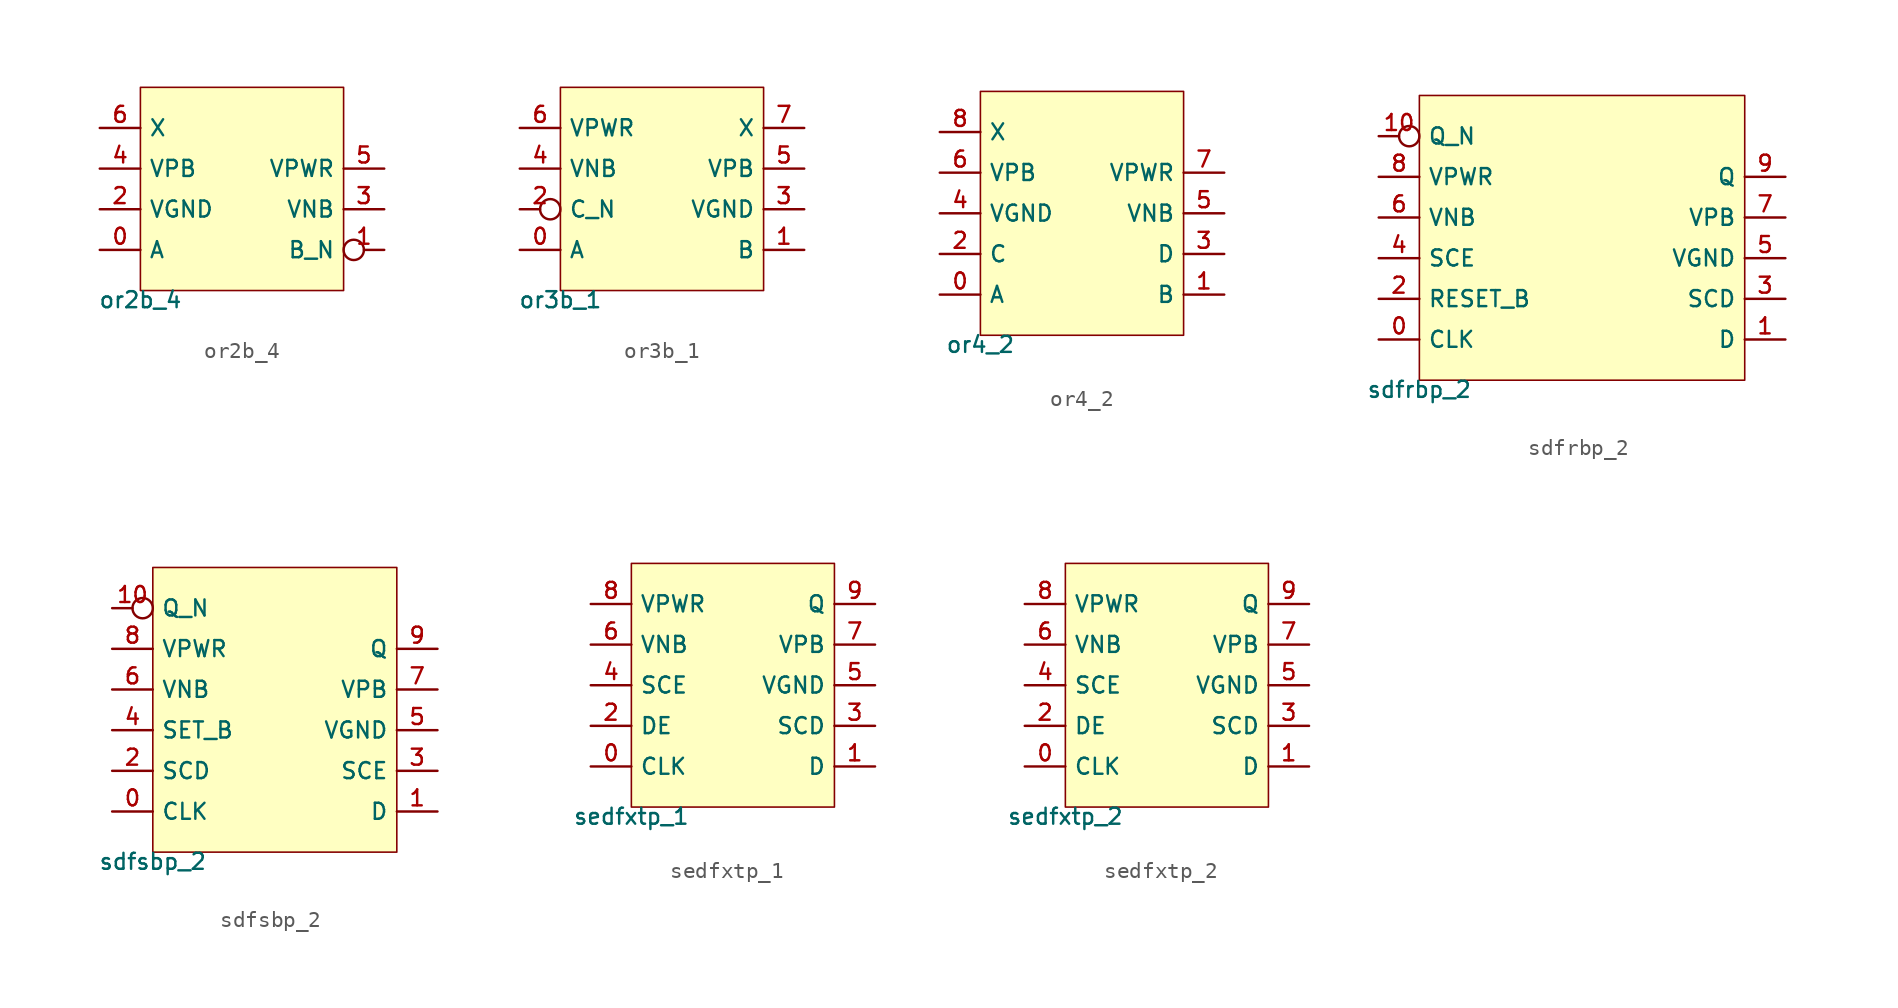
<source format=kicad_sym>
(kicad_symbol_lib
  (version 20211014)
  (generator pdk2kicad)
  (symbol "or2b_4"
    (property "Reference" "X"
      (at 0 0 0)
      (effects (font (size 1 1)) hide))
    (property "Value" "or2b_4"
      (at -6.35 -6.35 0)
      (effects (font (size 1 1)) (justify top)))
    (rectangle
      (start -6.35 -6.35)
      (end 6.35 6.35)
      (stroke (width 0.1) (type solid) (color 0 0 0 0))
      (fill (type background)))
    (pin bidirectional line
      (at -8.89 -3.81 0)
      (length 2.54)
      (name "A" (effects (font (size 1 1)) hide))
      (number "0" (effects (font (size 1 1)) hide)))
    (pin bidirectional inverted
      (at 8.89 -3.81 180)
      (length 2.54)
      (name "B_N" (effects (font (size 1 1)) hide))
      (number "1" (effects (font (size 1 1)) hide)))
    (pin bidirectional line
      (at -8.89 -1.27 0)
      (length 2.54)
      (name "VGND" (effects (font (size 1 1)) hide))
      (number "2" (effects (font (size 1 1)) hide)))
    (pin bidirectional line
      (at 8.89 -1.27 180)
      (length 2.54)
      (name "VNB" (effects (font (size 1 1)) hide))
      (number "3" (effects (font (size 1 1)) hide)))
    (pin bidirectional line
      (at -8.89 1.27 0)
      (length 2.54)
      (name "VPB" (effects (font (size 1 1)) hide))
      (number "4" (effects (font (size 1 1)) hide)))
    (pin bidirectional line
      (at 8.89 1.27 180)
      (length 2.54)
      (name "VPWR" (effects (font (size 1 1)) hide))
      (number "5" (effects (font (size 1 1)) hide)))
    (pin bidirectional line
      (at -8.89 3.81 0)
      (length 2.54)
      (name "X" (effects (font (size 1 1)) hide))
      (number "6" (effects (font (size 1 1)) hide))))
  (symbol "or3b_1"
    (property "Reference" "X"
      (at 0 0 0)
      (effects (font (size 1 1)) hide))
    (property "Value" "or3b_1"
      (at -6.35 -6.35 0)
      (effects (font (size 1 1)) (justify top)))
    (rectangle
      (start -6.35 -6.35)
      (end 6.35 6.35)
      (stroke (width 0.1) (type solid) (color 0 0 0 0))
      (fill (type background)))
    (pin bidirectional line
      (at -8.89 -3.81 0)
      (length 2.54)
      (name "A" (effects (font (size 1 1)) hide))
      (number "0" (effects (font (size 1 1)) hide)))
    (pin bidirectional line
      (at 8.89 -3.81 180)
      (length 2.54)
      (name "B" (effects (font (size 1 1)) hide))
      (number "1" (effects (font (size 1 1)) hide)))
    (pin bidirectional inverted
      (at -8.89 -1.27 0)
      (length 2.54)
      (name "C_N" (effects (font (size 1 1)) hide))
      (number "2" (effects (font (size 1 1)) hide)))
    (pin bidirectional line
      (at 8.89 -1.27 180)
      (length 2.54)
      (name "VGND" (effects (font (size 1 1)) hide))
      (number "3" (effects (font (size 1 1)) hide)))
    (pin bidirectional line
      (at -8.89 1.27 0)
      (length 2.54)
      (name "VNB" (effects (font (size 1 1)) hide))
      (number "4" (effects (font (size 1 1)) hide)))
    (pin bidirectional line
      (at 8.89 1.27 180)
      (length 2.54)
      (name "VPB" (effects (font (size 1 1)) hide))
      (number "5" (effects (font (size 1 1)) hide)))
    (pin bidirectional line
      (at -8.89 3.81 0)
      (length 2.54)
      (name "VPWR" (effects (font (size 1 1)) hide))
      (number "6" (effects (font (size 1 1)) hide)))
    (pin bidirectional line
      (at 8.89 3.81 180)
      (length 2.54)
      (name "X" (effects (font (size 1 1)) hide))
      (number "7" (effects (font (size 1 1)) hide))))
  (symbol "or4_2"
    (property "Reference" "X"
      (at 0 0 0)
      (effects (font (size 1 1)) hide))
    (property "Value" "or4_2"
      (at -6.35 -7.62 0)
      (effects (font (size 1 1)) (justify top)))
    (rectangle
      (start -6.35 -7.62)
      (end 6.35 7.62)
      (stroke (width 0.1) (type solid) (color 0 0 0 0))
      (fill (type background)))
    (pin bidirectional line
      (at -8.89 -5.08 0)
      (length 2.54)
      (name "A" (effects (font (size 1 1)) hide))
      (number "0" (effects (font (size 1 1)) hide)))
    (pin bidirectional line
      (at 8.89 -5.08 180)
      (length 2.54)
      (name "B" (effects (font (size 1 1)) hide))
      (number "1" (effects (font (size 1 1)) hide)))
    (pin bidirectional line
      (at -8.89 -2.54 0)
      (length 2.54)
      (name "C" (effects (font (size 1 1)) hide))
      (number "2" (effects (font (size 1 1)) hide)))
    (pin bidirectional line
      (at 8.89 -2.54 180)
      (length 2.54)
      (name "D" (effects (font (size 1 1)) hide))
      (number "3" (effects (font (size 1 1)) hide)))
    (pin bidirectional line
      (at -8.89 8.881784197001252e-16 0)
      (length 2.54)
      (name "VGND" (effects (font (size 1 1)) hide))
      (number "4" (effects (font (size 1 1)) hide)))
    (pin bidirectional line
      (at 8.89 8.881784197001252e-16 180)
      (length 2.54)
      (name "VNB" (effects (font (size 1 1)) hide))
      (number "5" (effects (font (size 1 1)) hide)))
    (pin bidirectional line
      (at -8.89 2.54 0)
      (length 2.54)
      (name "VPB" (effects (font (size 1 1)) hide))
      (number "6" (effects (font (size 1 1)) hide)))
    (pin bidirectional line
      (at 8.89 2.54 180)
      (length 2.54)
      (name "VPWR" (effects (font (size 1 1)) hide))
      (number "7" (effects (font (size 1 1)) hide)))
    (pin bidirectional line
      (at -8.89 5.08 0)
      (length 2.54)
      (name "X" (effects (font (size 1 1)) hide))
      (number "8" (effects (font (size 1 1)) hide))))
  (symbol "sdfrbp_2"
    (property "Reference" "X"
      (at 0 0 0)
      (effects (font (size 1 1)) hide))
    (property "Value" "sdfrbp_2"
      (at -10.16 -8.89 0)
      (effects (font (size 1 1)) (justify top)))
    (rectangle
      (start -10.16 -8.89)
      (end 10.16 8.89)
      (stroke (width 0.1) (type solid) (color 0 0 0 0))
      (fill (type background)))
    (pin bidirectional line
      (at -12.7 -6.35 0)
      (length 2.54)
      (name "CLK" (effects (font (size 1 1)) hide))
      (number "0" (effects (font (size 1 1)) hide)))
    (pin bidirectional line
      (at 12.7 -6.35 180)
      (length 2.54)
      (name "D" (effects (font (size 1 1)) hide))
      (number "1" (effects (font (size 1 1)) hide)))
    (pin bidirectional line
      (at -12.7 -3.81 0)
      (length 2.54)
      (name "RESET_B" (effects (font (size 1 1)) hide))
      (number "2" (effects (font (size 1 1)) hide)))
    (pin bidirectional line
      (at 12.7 -3.81 180)
      (length 2.54)
      (name "SCD" (effects (font (size 1 1)) hide))
      (number "3" (effects (font (size 1 1)) hide)))
    (pin bidirectional line
      (at -12.7 -1.27 0)
      (length 2.54)
      (name "SCE" (effects (font (size 1 1)) hide))
      (number "4" (effects (font (size 1 1)) hide)))
    (pin bidirectional line
      (at 12.7 -1.27 180)
      (length 2.54)
      (name "VGND" (effects (font (size 1 1)) hide))
      (number "5" (effects (font (size 1 1)) hide)))
    (pin bidirectional line
      (at -12.7 1.27 0)
      (length 2.54)
      (name "VNB" (effects (font (size 1 1)) hide))
      (number "6" (effects (font (size 1 1)) hide)))
    (pin bidirectional line
      (at 12.7 1.27 180)
      (length 2.54)
      (name "VPB" (effects (font (size 1 1)) hide))
      (number "7" (effects (font (size 1 1)) hide)))
    (pin bidirectional line
      (at -12.7 3.81 0)
      (length 2.54)
      (name "VPWR" (effects (font (size 1 1)) hide))
      (number "8" (effects (font (size 1 1)) hide)))
    (pin bidirectional line
      (at 12.7 3.81 180)
      (length 2.54)
      (name "Q" (effects (font (size 1 1)) hide))
      (number "9" (effects (font (size 1 1)) hide)))
    (pin bidirectional inverted
      (at -12.7 6.35 0)
      (length 2.54)
      (name "Q_N" (effects (font (size 1 1)) hide))
      (number "10" (effects (font (size 1 1)) hide))))
  (symbol "sdfsbp_2"
    (property "Reference" "X"
      (at 0 0 0)
      (effects (font (size 1 1)) hide))
    (property "Value" "sdfsbp_2"
      (at -7.62 -8.89 0)
      (effects (font (size 1 1)) (justify top)))
    (rectangle
      (start -7.62 -8.89)
      (end 7.62 8.89)
      (stroke (width 0.1) (type solid) (color 0 0 0 0))
      (fill (type background)))
    (pin bidirectional line
      (at -10.16 -6.35 0)
      (length 2.54)
      (name "CLK" (effects (font (size 1 1)) hide))
      (number "0" (effects (font (size 1 1)) hide)))
    (pin bidirectional line
      (at 10.16 -6.35 180)
      (length 2.54)
      (name "D" (effects (font (size 1 1)) hide))
      (number "1" (effects (font (size 1 1)) hide)))
    (pin bidirectional line
      (at -10.16 -3.81 0)
      (length 2.54)
      (name "SCD" (effects (font (size 1 1)) hide))
      (number "2" (effects (font (size 1 1)) hide)))
    (pin bidirectional line
      (at 10.16 -3.81 180)
      (length 2.54)
      (name "SCE" (effects (font (size 1 1)) hide))
      (number "3" (effects (font (size 1 1)) hide)))
    (pin bidirectional line
      (at -10.16 -1.27 0)
      (length 2.54)
      (name "SET_B" (effects (font (size 1 1)) hide))
      (number "4" (effects (font (size 1 1)) hide)))
    (pin bidirectional line
      (at 10.16 -1.27 180)
      (length 2.54)
      (name "VGND" (effects (font (size 1 1)) hide))
      (number "5" (effects (font (size 1 1)) hide)))
    (pin bidirectional line
      (at -10.16 1.27 0)
      (length 2.54)
      (name "VNB" (effects (font (size 1 1)) hide))
      (number "6" (effects (font (size 1 1)) hide)))
    (pin bidirectional line
      (at 10.16 1.27 180)
      (length 2.54)
      (name "VPB" (effects (font (size 1 1)) hide))
      (number "7" (effects (font (size 1 1)) hide)))
    (pin bidirectional line
      (at -10.16 3.81 0)
      (length 2.54)
      (name "VPWR" (effects (font (size 1 1)) hide))
      (number "8" (effects (font (size 1 1)) hide)))
    (pin bidirectional line
      (at 10.16 3.81 180)
      (length 2.54)
      (name "Q" (effects (font (size 1 1)) hide))
      (number "9" (effects (font (size 1 1)) hide)))
    (pin bidirectional inverted
      (at -10.16 6.35 0)
      (length 2.54)
      (name "Q_N" (effects (font (size 1 1)) hide))
      (number "10" (effects (font (size 1 1)) hide))))
  (symbol "sedfxtp_1"
    (property "Reference" "X"
      (at 0 0 0)
      (effects (font (size 1 1)) hide))
    (property "Value" "sedfxtp_1"
      (at -6.35 -7.62 0)
      (effects (font (size 1 1)) (justify top)))
    (rectangle
      (start -6.35 -7.62)
      (end 6.35 7.62)
      (stroke (width 0.1) (type solid) (color 0 0 0 0))
      (fill (type background)))
    (pin bidirectional line
      (at -8.89 -5.08 0)
      (length 2.54)
      (name "CLK" (effects (font (size 1 1)) hide))
      (number "0" (effects (font (size 1 1)) hide)))
    (pin bidirectional line
      (at 8.89 -5.08 180)
      (length 2.54)
      (name "D" (effects (font (size 1 1)) hide))
      (number "1" (effects (font (size 1 1)) hide)))
    (pin bidirectional line
      (at -8.89 -2.54 0)
      (length 2.54)
      (name "DE" (effects (font (size 1 1)) hide))
      (number "2" (effects (font (size 1 1)) hide)))
    (pin bidirectional line
      (at 8.89 -2.54 180)
      (length 2.54)
      (name "SCD" (effects (font (size 1 1)) hide))
      (number "3" (effects (font (size 1 1)) hide)))
    (pin bidirectional line
      (at -8.89 8.881784197001252e-16 0)
      (length 2.54)
      (name "SCE" (effects (font (size 1 1)) hide))
      (number "4" (effects (font (size 1 1)) hide)))
    (pin bidirectional line
      (at 8.89 8.881784197001252e-16 180)
      (length 2.54)
      (name "VGND" (effects (font (size 1 1)) hide))
      (number "5" (effects (font (size 1 1)) hide)))
    (pin bidirectional line
      (at -8.89 2.54 0)
      (length 2.54)
      (name "VNB" (effects (font (size 1 1)) hide))
      (number "6" (effects (font (size 1 1)) hide)))
    (pin bidirectional line
      (at 8.89 2.54 180)
      (length 2.54)
      (name "VPB" (effects (font (size 1 1)) hide))
      (number "7" (effects (font (size 1 1)) hide)))
    (pin bidirectional line
      (at -8.89 5.08 0)
      (length 2.54)
      (name "VPWR" (effects (font (size 1 1)) hide))
      (number "8" (effects (font (size 1 1)) hide)))
    (pin bidirectional line
      (at 8.89 5.08 180)
      (length 2.54)
      (name "Q" (effects (font (size 1 1)) hide))
      (number "9" (effects (font (size 1 1)) hide))))
  (symbol "sedfxtp_2"
    (property "Reference" "X"
      (at 0 0 0)
      (effects (font (size 1 1)) hide))
    (property "Value" "sedfxtp_2"
      (at -6.35 -7.62 0)
      (effects (font (size 1 1)) (justify top)))
    (rectangle
      (start -6.35 -7.62)
      (end 6.35 7.62)
      (stroke (width 0.1) (type solid) (color 0 0 0 0))
      (fill (type background)))
    (pin bidirectional line
      (at -8.89 -5.08 0)
      (length 2.54)
      (name "CLK" (effects (font (size 1 1)) hide))
      (number "0" (effects (font (size 1 1)) hide)))
    (pin bidirectional line
      (at 8.89 -5.08 180)
      (length 2.54)
      (name "D" (effects (font (size 1 1)) hide))
      (number "1" (effects (font (size 1 1)) hide)))
    (pin bidirectional line
      (at -8.89 -2.54 0)
      (length 2.54)
      (name "DE" (effects (font (size 1 1)) hide))
      (number "2" (effects (font (size 1 1)) hide)))
    (pin bidirectional line
      (at 8.89 -2.54 180)
      (length 2.54)
      (name "SCD" (effects (font (size 1 1)) hide))
      (number "3" (effects (font (size 1 1)) hide)))
    (pin bidirectional line
      (at -8.89 8.881784197001252e-16 0)
      (length 2.54)
      (name "SCE" (effects (font (size 1 1)) hide))
      (number "4" (effects (font (size 1 1)) hide)))
    (pin bidirectional line
      (at 8.89 8.881784197001252e-16 180)
      (length 2.54)
      (name "VGND" (effects (font (size 1 1)) hide))
      (number "5" (effects (font (size 1 1)) hide)))
    (pin bidirectional line
      (at -8.89 2.54 0)
      (length 2.54)
      (name "VNB" (effects (font (size 1 1)) hide))
      (number "6" (effects (font (size 1 1)) hide)))
    (pin bidirectional line
      (at 8.89 2.54 180)
      (length 2.54)
      (name "VPB" (effects (font (size 1 1)) hide))
      (number "7" (effects (font (size 1 1)) hide)))
    (pin bidirectional line
      (at -8.89 5.08 0)
      (length 2.54)
      (name "VPWR" (effects (font (size 1 1)) hide))
      (number "8" (effects (font (size 1 1)) hide)))
    (pin bidirectional line
      (at 8.89 5.08 180)
      (length 2.54)
      (name "Q" (effects (font (size 1 1)) hide))
      (number "9" (effects (font (size 1 1)) hide)))))
</source>
